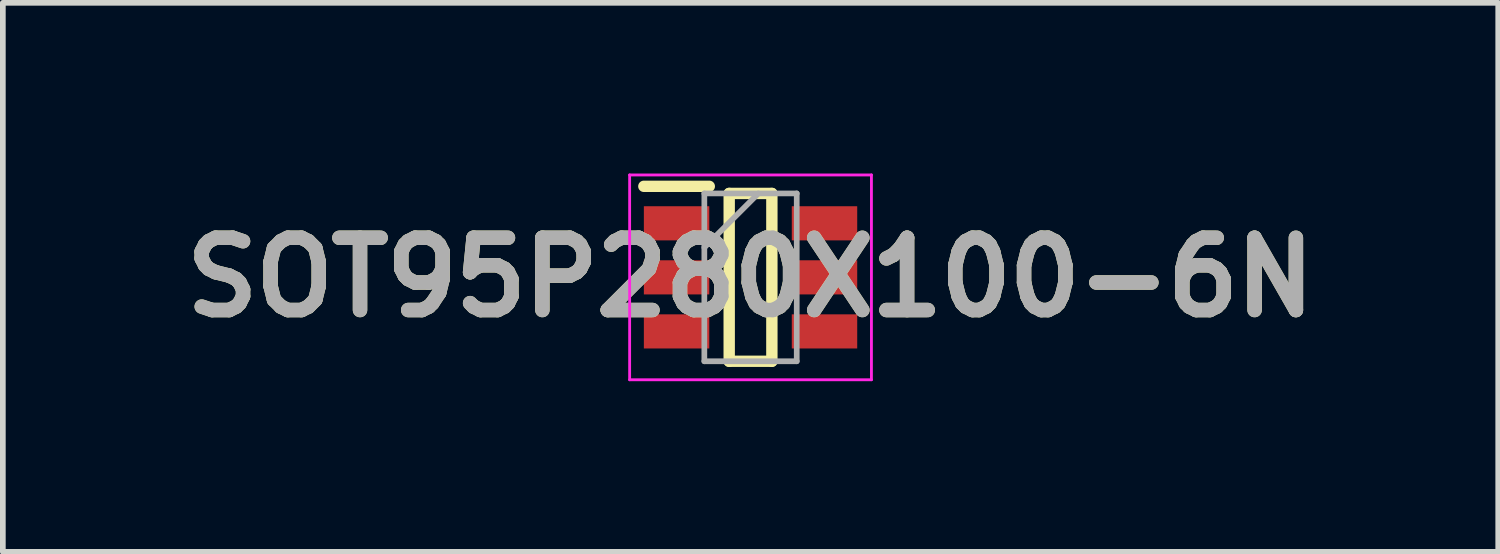
<source format=kicad_pcb>
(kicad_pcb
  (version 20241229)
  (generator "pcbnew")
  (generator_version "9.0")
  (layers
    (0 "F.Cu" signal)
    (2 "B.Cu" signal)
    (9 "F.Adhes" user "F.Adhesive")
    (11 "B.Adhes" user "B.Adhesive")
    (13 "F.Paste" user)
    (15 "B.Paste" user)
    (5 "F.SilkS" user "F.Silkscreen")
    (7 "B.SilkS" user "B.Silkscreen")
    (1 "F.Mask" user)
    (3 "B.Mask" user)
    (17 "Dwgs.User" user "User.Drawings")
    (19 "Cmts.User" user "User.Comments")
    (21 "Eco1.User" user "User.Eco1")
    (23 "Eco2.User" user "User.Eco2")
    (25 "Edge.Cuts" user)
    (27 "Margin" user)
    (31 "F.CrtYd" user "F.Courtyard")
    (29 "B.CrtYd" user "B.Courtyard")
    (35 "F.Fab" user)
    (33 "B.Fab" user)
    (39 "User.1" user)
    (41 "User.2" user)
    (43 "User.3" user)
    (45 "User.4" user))
  (footprint "SOT95P280X100-6N"
    (layer "F.Cu")
    (at 10.142 1.825)
    (property "Reference" "SOT95P280X100-6N" (at 0 0 0) (layer "F.SilkS") (effects (font (size 1.27 1.27) (thickness 0.254))))
    (attr smd)
    (fp_line (start -1.875 -1.6) (end -0.725 -1.6) (stroke (width 0.2) (type solid)) (layer "F.SilkS"))
    (fp_line (start -0.375 -1.475) (end 0.375 -1.475) (stroke (width 0.2) (type solid)) (layer "F.SilkS"))
    (fp_line (start -0.375 1.475) (end -0.375 -1.475) (stroke (width 0.2) (type solid)) (layer "F.SilkS"))
    (fp_line (start 0.375 -1.475) (end 0.375 1.475) (stroke (width 0.2) (type solid)) (layer "F.SilkS"))
    (fp_line (start 0.375 1.475) (end -0.375 1.475) (stroke (width 0.2) (type solid)) (layer "F.SilkS"))
    (fp_line (start -2.125 -1.8) (end 2.125 -1.8) (stroke (width 0.05) (type solid)) (layer "F.CrtYd"))
    (fp_line (start -2.125 1.8) (end -2.125 -1.8) (stroke (width 0.05) (type solid)) (layer "F.CrtYd"))
    (fp_line (start 2.125 -1.8) (end 2.125 1.8) (stroke (width 0.05) (type solid)) (layer "F.CrtYd"))
    (fp_line (start 2.125 1.8) (end -2.125 1.8) (stroke (width 0.05) (type solid)) (layer "F.CrtYd"))
    (fp_line (start -0.812 -1.475) (end 0.812 -1.475) (stroke (width 0.1) (type solid)) (layer "F.Fab"))
    (fp_line (start -0.812 -0.525) (end 0.138 -1.475) (stroke (width 0.1) (type solid)) (layer "F.Fab"))
    (fp_line (start -0.812 1.475) (end -0.812 -1.475) (stroke (width 0.1) (type solid)) (layer "F.Fab"))
    (fp_line (start 0.812 -1.475) (end 0.812 1.475) (stroke (width 0.1) (type solid)) (layer "F.Fab"))
    (fp_line (start 0.812 1.475) (end -0.812 1.475) (stroke (width 0.1) (type solid)) (layer "F.Fab"))
    (fp_text user "${REFERENCE}" (at 0 0 0) (layer "F.Fab") (effects (font (size 1.27 1.27) (thickness 0.254))))
    (pad "1" smd rect (at -1.3 -0.95 90) (size 0.6 1.15) (layers "F.Cu" "F.Mask" "F.Paste"))
    (pad "2" smd rect (at -1.3 0 90) (size 0.6 1.15) (layers "F.Cu" "F.Mask" "F.Paste"))
    (pad "3" smd rect (at -1.3 0.95 90) (size 0.6 1.15) (layers "F.Cu" "F.Mask" "F.Paste"))
    (pad "4" smd rect (at 1.3 0.95 90) (size 0.6 1.15) (layers "F.Cu" "F.Mask" "F.Paste"))
    (pad "5" smd rect (at 1.3 0 90) (size 0.6 1.15) (layers "F.Cu" "F.Mask" "F.Paste"))
    (pad "6" smd rect (at 1.3 -0.95 90) (size 0.6 1.15) (layers "F.Cu" "F.Mask" "F.Paste")))
  (gr_rect
    (start -3 -3)
    (end 23.284 6.65)
    (stroke (width 0.1) (type default))
    (fill no)
    (layer "Edge.Cuts")))
</source>
